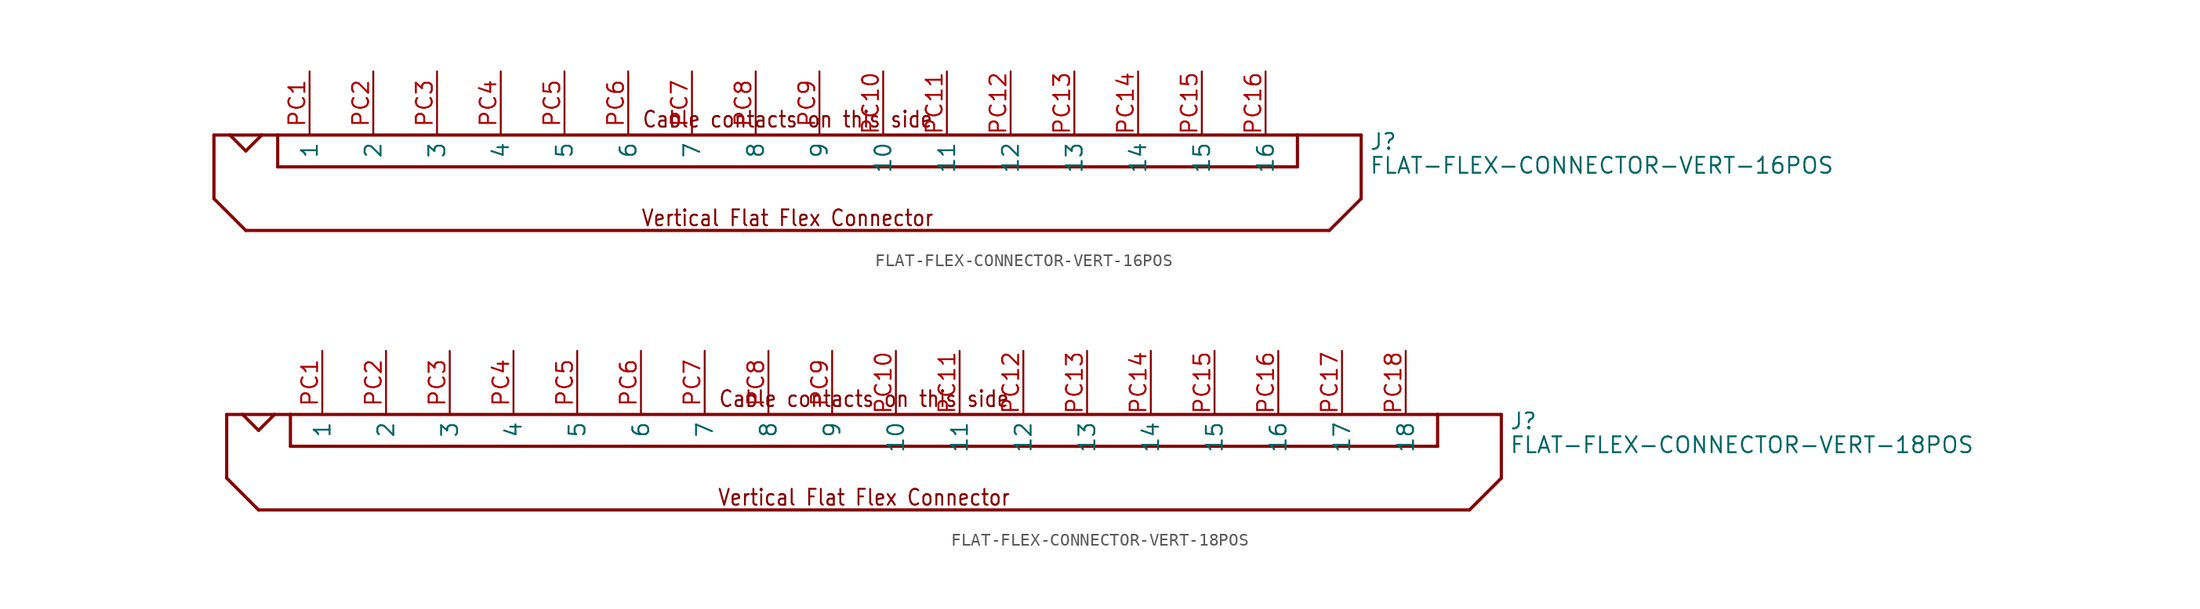
<source format=kicad_sym>
(kicad_symbol_lib
  (version 20211014)
  (generator kicad_symbol_editor)
  (symbol "FLAT-FLEX-CONNECTOR-VERT-16POS"
    (pin_names)
    (property "Reference" "J"
      (at 46.355 1.27 0)
      (effects (font (size 1.27 1.27)) (justify left bottom)))
    (property "Value" "FLAT-FLEX-CONNECTOR-VERT-16POS"
      (at 46.355 -0.635 0)
      (effects (font (size 1.27 1.27)) (justify left bottom)))
    (property "Datasheet" ""
      (at 0 0 0))
    (property "ki_description" "FLAT-FLEX-CONNECTOR-VERT-16POS  - Flat Flex Connector 16 position Vertical Technical Specifications: Number of Positions: 16 Contact: One Side Mount: Vertical "
      (at 0 0 0))
    (property "ki_fp_filters" "FlashPCB_Connectors:FLAT-FLEX-CONNECTOR-MOLEX-52610-VERT-16POS"
      (at 0 0 0))
    (symbol "FLAT-FLEX-CONNECTOR-VERT-16POS_1_1"
      (text "Cable contacts on this side" (at 0 3.048 0) (effects (font (size 1.27 1.086)) (justify bottom)))
      (text "Vertical Flat Flex Connector" (at 0 -4.826 0) (effects (font (size 1.27 1.086)) (justify bottom)))
      (polyline (pts (xy -45.72 2.54) (xy -45.72 -2.54)) (stroke (width 0.254)) (fill (type none)))
      (polyline (pts (xy -45.72 -2.54) (xy -43.18 -5.08)) (stroke (width 0.254)) (fill (type none)))
      (polyline (pts (xy -43.18 -5.08) (xy 43.18 -5.08)) (stroke (width 0.254)) (fill (type none)))
      (polyline (pts (xy 43.18 -5.08) (xy 45.72 -2.54)) (stroke (width 0.254)) (fill (type none)))
      (polyline (pts (xy 45.72 -2.54) (xy 45.72 2.54)) (stroke (width 0.254)) (fill (type none)))
      (polyline (pts (xy 45.72 2.54) (xy 40.64 2.54)) (stroke (width 0.254)) (fill (type none)))
      (polyline (pts (xy 40.64 2.54) (xy 40.64 0)) (stroke (width 0.254)) (fill (type none)))
      (polyline (pts (xy 40.64 0) (xy -40.64 0)) (stroke (width 0.254)) (fill (type none)))
      (polyline (pts (xy -40.64 0) (xy -40.64 2.54)) (stroke (width 0.254)) (fill (type none)))
      (polyline (pts (xy -40.64 2.54) (xy -41.91 2.54)) (stroke (width 0.254)) (fill (type none)))
      (polyline (pts (xy -41.91 2.54) (xy -44.45 2.54)) (stroke (width 0.254)) (fill (type none)))
      (polyline (pts (xy -44.45 2.54) (xy -45.72 2.54)) (stroke (width 0.254)) (fill (type none)))
      (polyline (pts (xy -40.64 2.54) (xy 40.64 2.54)) (stroke (width 0.254)) (fill (type none)))
      (polyline (pts (xy -44.45 2.54) (xy -43.18 1.27)) (stroke (width 0.254)) (fill (type none)))
      (polyline (pts (xy -43.18 1.27) (xy -41.91 2.54)) (stroke (width 0.254)) (fill (type none)))
      (pin bidirectional line (at -38.1 7.62 270) (length 5.08) (name "1" (effects (font (size 1.27 1.27)))) (number "PC1" (effects (font (size 1.27 1.27)))))
      (pin bidirectional line (at -38.1 7.62 270) (length 5.08) hide (name "1" (effects (font (size 1.27 1.27)))) (number "PS1" (effects (font (size 1.27 1.27)))))
      (pin bidirectional line (at -33.02 7.62 270) (length 5.08) (name "2" (effects (font (size 1.27 1.27)))) (number "PC2" (effects (font (size 1.27 1.27)))))
      (pin bidirectional line (at -33.02 7.62 270) (length 5.08) hide (name "2" (effects (font (size 1.27 1.27)))) (number "PS2" (effects (font (size 1.27 1.27)))))
      (pin bidirectional line (at -27.94 7.62 270) (length 5.08) (name "3" (effects (font (size 1.27 1.27)))) (number "PC3" (effects (font (size 1.27 1.27)))))
      (pin bidirectional line (at -27.94 7.62 270) (length 5.08) hide (name "3" (effects (font (size 1.27 1.27)))) (number "PS3" (effects (font (size 1.27 1.27)))))
      (pin bidirectional line (at -22.86 7.62 270) (length 5.08) (name "4" (effects (font (size 1.27 1.27)))) (number "PC4" (effects (font (size 1.27 1.27)))))
      (pin bidirectional line (at -22.86 7.62 270) (length 5.08) hide (name "4" (effects (font (size 1.27 1.27)))) (number "PS4" (effects (font (size 1.27 1.27)))))
      (pin bidirectional line (at -17.78 7.62 270) (length 5.08) (name "5" (effects (font (size 1.27 1.27)))) (number "PC5" (effects (font (size 1.27 1.27)))))
      (pin bidirectional line (at -17.78 7.62 270) (length 5.08) hide (name "5" (effects (font (size 1.27 1.27)))) (number "PS5" (effects (font (size 1.27 1.27)))))
      (pin bidirectional line (at -12.7 7.62 270) (length 5.08) (name "6" (effects (font (size 1.27 1.27)))) (number "PC6" (effects (font (size 1.27 1.27)))))
      (pin bidirectional line (at -12.7 7.62 270) (length 5.08) hide (name "6" (effects (font (size 1.27 1.27)))) (number "PS6" (effects (font (size 1.27 1.27)))))
      (pin bidirectional line (at -7.62 7.62 270) (length 5.08) (name "7" (effects (font (size 1.27 1.27)))) (number "PC7" (effects (font (size 1.27 1.27)))))
      (pin bidirectional line (at -7.62 7.62 270) (length 5.08) hide (name "7" (effects (font (size 1.27 1.27)))) (number "PS7" (effects (font (size 1.27 1.27)))))
      (pin bidirectional line (at -2.54 7.62 270) (length 5.08) (name "8" (effects (font (size 1.27 1.27)))) (number "PC8" (effects (font (size 1.27 1.27)))))
      (pin bidirectional line (at -2.54 7.62 270) (length 5.08) hide (name "8" (effects (font (size 1.27 1.27)))) (number "PS8" (effects (font (size 1.27 1.27)))))
      (pin bidirectional line (at 2.54 7.62 270) (length 5.08) (name "9" (effects (font (size 1.27 1.27)))) (number "PC9" (effects (font (size 1.27 1.27)))))
      (pin bidirectional line (at 2.54 7.62 270) (length 5.08) hide (name "9" (effects (font (size 1.27 1.27)))) (number "PS9" (effects (font (size 1.27 1.27)))))
      (pin bidirectional line (at 7.62 7.62 270) (length 5.08) (name "10" (effects (font (size 1.27 1.27)))) (number "PC10" (effects (font (size 1.27 1.27)))))
      (pin bidirectional line (at 7.62 7.62 270) (length 5.08) hide (name "10" (effects (font (size 1.27 1.27)))) (number "PS10" (effects (font (size 1.27 1.27)))))
      (pin bidirectional line (at 12.7 7.62 270) (length 5.08) (name "11" (effects (font (size 1.27 1.27)))) (number "PC11" (effects (font (size 1.27 1.27)))))
      (pin bidirectional line (at 12.7 7.62 270) (length 5.08) hide (name "11" (effects (font (size 1.27 1.27)))) (number "PS11" (effects (font (size 1.27 1.27)))))
      (pin bidirectional line (at 17.78 7.62 270) (length 5.08) (name "12" (effects (font (size 1.27 1.27)))) (number "PC12" (effects (font (size 1.27 1.27)))))
      (pin bidirectional line (at 17.78 7.62 270) (length 5.08) hide (name "12" (effects (font (size 1.27 1.27)))) (number "PS12" (effects (font (size 1.27 1.27)))))
      (pin bidirectional line (at 22.86 7.62 270) (length 5.08) (name "13" (effects (font (size 1.27 1.27)))) (number "PC13" (effects (font (size 1.27 1.27)))))
      (pin bidirectional line (at 22.86 7.62 270) (length 5.08) hide (name "13" (effects (font (size 1.27 1.27)))) (number "PS13" (effects (font (size 1.27 1.27)))))
      (pin bidirectional line (at 27.94 7.62 270) (length 5.08) (name "14" (effects (font (size 1.27 1.27)))) (number "PC14" (effects (font (size 1.27 1.27)))))
      (pin bidirectional line (at 27.94 7.62 270) (length 5.08) hide (name "14" (effects (font (size 1.27 1.27)))) (number "PS14" (effects (font (size 1.27 1.27)))))
      (pin bidirectional line (at 33.02 7.62 270) (length 5.08) (name "15" (effects (font (size 1.27 1.27)))) (number "PC15" (effects (font (size 1.27 1.27)))))
      (pin bidirectional line (at 33.02 7.62 270) (length 5.08) hide (name "15" (effects (font (size 1.27 1.27)))) (number "PS15" (effects (font (size 1.27 1.27)))))
      (pin bidirectional line (at 38.1 7.62 270) (length 5.08) (name "16" (effects (font (size 1.27 1.27)))) (number "PC16" (effects (font (size 1.27 1.27)))))
      (pin bidirectional line (at 38.1 7.62 270) (length 5.08) hide (name "16" (effects (font (size 1.27 1.27)))) (number "PS16" (effects (font (size 1.27 1.27)))))))
  (symbol "FLAT-FLEX-CONNECTOR-VERT-18POS"
    (pin_names)
    (property "Reference" "J"
      (at 51.435 1.27 0)
      (effects (font (size 1.27 1.27)) (justify left bottom)))
    (property "Value" "FLAT-FLEX-CONNECTOR-VERT-18POS"
      (at 51.435 -0.635 0)
      (effects (font (size 1.27 1.27)) (justify left bottom)))
    (property "Datasheet" ""
      (at 0 0 0))
    (property "ki_description" "FLAT-FLEX-CONNECTOR-VERT-18POS  - Flat Flex Connector 18 position Vertical Technical Specifications: Number of Positions: 18 Contact: One Side Mount: Vertical "
      (at 0 0 0))
    (property "ki_fp_filters" "FlashPCB_Connectors:FLAT-FLEX-CONNECTOR-MOLEX-52610-VERT-18POS"
      (at 0 0 0))
    (symbol "FLAT-FLEX-CONNECTOR-VERT-18POS_1_1"
      (text "Cable contacts on this side" (at 0 3.048 0) (effects (font (size 1.27 1.086)) (justify bottom)))
      (text "Vertical Flat Flex Connector" (at 0 -4.826 0) (effects (font (size 1.27 1.086)) (justify bottom)))
      (polyline (pts (xy -50.8 2.54) (xy -50.8 -2.54)) (stroke (width 0.254)) (fill (type none)))
      (polyline (pts (xy -50.8 -2.54) (xy -48.26 -5.08)) (stroke (width 0.254)) (fill (type none)))
      (polyline (pts (xy -48.26 -5.08) (xy 48.26 -5.08)) (stroke (width 0.254)) (fill (type none)))
      (polyline (pts (xy 48.26 -5.08) (xy 50.8 -2.54)) (stroke (width 0.254)) (fill (type none)))
      (polyline (pts (xy 50.8 -2.54) (xy 50.8 2.54)) (stroke (width 0.254)) (fill (type none)))
      (polyline (pts (xy 50.8 2.54) (xy 45.72 2.54)) (stroke (width 0.254)) (fill (type none)))
      (polyline (pts (xy 45.72 2.54) (xy 45.72 0)) (stroke (width 0.254)) (fill (type none)))
      (polyline (pts (xy 45.72 0) (xy -45.72 0)) (stroke (width 0.254)) (fill (type none)))
      (polyline (pts (xy -45.72 0) (xy -45.72 2.54)) (stroke (width 0.254)) (fill (type none)))
      (polyline (pts (xy -45.72 2.54) (xy -46.99 2.54)) (stroke (width 0.254)) (fill (type none)))
      (polyline (pts (xy -46.99 2.54) (xy -49.53 2.54)) (stroke (width 0.254)) (fill (type none)))
      (polyline (pts (xy -49.53 2.54) (xy -50.8 2.54)) (stroke (width 0.254)) (fill (type none)))
      (polyline (pts (xy -45.72 2.54) (xy 45.72 2.54)) (stroke (width 0.254)) (fill (type none)))
      (polyline (pts (xy -49.53 2.54) (xy -48.26 1.27)) (stroke (width 0.254)) (fill (type none)))
      (polyline (pts (xy -48.26 1.27) (xy -46.99 2.54)) (stroke (width 0.254)) (fill (type none)))
      (pin bidirectional line (at -43.18 7.62 270) (length 5.08) (name "1" (effects (font (size 1.27 1.27)))) (number "PC1" (effects (font (size 1.27 1.27)))))
      (pin bidirectional line (at -43.18 7.62 270) (length 5.08) hide (name "1" (effects (font (size 1.27 1.27)))) (number "PS1" (effects (font (size 1.27 1.27)))))
      (pin bidirectional line (at -38.1 7.62 270) (length 5.08) (name "2" (effects (font (size 1.27 1.27)))) (number "PC2" (effects (font (size 1.27 1.27)))))
      (pin bidirectional line (at -38.1 7.62 270) (length 5.08) hide (name "2" (effects (font (size 1.27 1.27)))) (number "PS2" (effects (font (size 1.27 1.27)))))
      (pin bidirectional line (at -33.02 7.62 270) (length 5.08) (name "3" (effects (font (size 1.27 1.27)))) (number "PC3" (effects (font (size 1.27 1.27)))))
      (pin bidirectional line (at -33.02 7.62 270) (length 5.08) hide (name "3" (effects (font (size 1.27 1.27)))) (number "PS3" (effects (font (size 1.27 1.27)))))
      (pin bidirectional line (at -27.94 7.62 270) (length 5.08) (name "4" (effects (font (size 1.27 1.27)))) (number "PC4" (effects (font (size 1.27 1.27)))))
      (pin bidirectional line (at -27.94 7.62 270) (length 5.08) hide (name "4" (effects (font (size 1.27 1.27)))) (number "PS4" (effects (font (size 1.27 1.27)))))
      (pin bidirectional line (at -22.86 7.62 270) (length 5.08) (name "5" (effects (font (size 1.27 1.27)))) (number "PC5" (effects (font (size 1.27 1.27)))))
      (pin bidirectional line (at -22.86 7.62 270) (length 5.08) hide (name "5" (effects (font (size 1.27 1.27)))) (number "PS5" (effects (font (size 1.27 1.27)))))
      (pin bidirectional line (at -17.78 7.62 270) (length 5.08) (name "6" (effects (font (size 1.27 1.27)))) (number "PC6" (effects (font (size 1.27 1.27)))))
      (pin bidirectional line (at -17.78 7.62 270) (length 5.08) hide (name "6" (effects (font (size 1.27 1.27)))) (number "PS6" (effects (font (size 1.27 1.27)))))
      (pin bidirectional line (at -12.7 7.62 270) (length 5.08) (name "7" (effects (font (size 1.27 1.27)))) (number "PC7" (effects (font (size 1.27 1.27)))))
      (pin bidirectional line (at -12.7 7.62 270) (length 5.08) hide (name "7" (effects (font (size 1.27 1.27)))) (number "PS7" (effects (font (size 1.27 1.27)))))
      (pin bidirectional line (at -7.62 7.62 270) (length 5.08) (name "8" (effects (font (size 1.27 1.27)))) (number "PC8" (effects (font (size 1.27 1.27)))))
      (pin bidirectional line (at -7.62 7.62 270) (length 5.08) hide (name "8" (effects (font (size 1.27 1.27)))) (number "PS8" (effects (font (size 1.27 1.27)))))
      (pin bidirectional line (at -2.54 7.62 270) (length 5.08) (name "9" (effects (font (size 1.27 1.27)))) (number "PC9" (effects (font (size 1.27 1.27)))))
      (pin bidirectional line (at -2.54 7.62 270) (length 5.08) hide (name "9" (effects (font (size 1.27 1.27)))) (number "PS9" (effects (font (size 1.27 1.27)))))
      (pin bidirectional line (at 2.54 7.62 270) (length 5.08) (name "10" (effects (font (size 1.27 1.27)))) (number "PC10" (effects (font (size 1.27 1.27)))))
      (pin bidirectional line (at 2.54 7.62 270) (length 5.08) hide (name "10" (effects (font (size 1.27 1.27)))) (number "PS10" (effects (font (size 1.27 1.27)))))
      (pin bidirectional line (at 7.62 7.62 270) (length 5.08) (name "11" (effects (font (size 1.27 1.27)))) (number "PC11" (effects (font (size 1.27 1.27)))))
      (pin bidirectional line (at 7.62 7.62 270) (length 5.08) hide (name "11" (effects (font (size 1.27 1.27)))) (number "PS11" (effects (font (size 1.27 1.27)))))
      (pin bidirectional line (at 12.7 7.62 270) (length 5.08) (name "12" (effects (font (size 1.27 1.27)))) (number "PC12" (effects (font (size 1.27 1.27)))))
      (pin bidirectional line (at 12.7 7.62 270) (length 5.08) hide (name "12" (effects (font (size 1.27 1.27)))) (number "PS12" (effects (font (size 1.27 1.27)))))
      (pin bidirectional line (at 17.78 7.62 270) (length 5.08) (name "13" (effects (font (size 1.27 1.27)))) (number "PC13" (effects (font (size 1.27 1.27)))))
      (pin bidirectional line (at 17.78 7.62 270) (length 5.08) hide (name "13" (effects (font (size 1.27 1.27)))) (number "PS13" (effects (font (size 1.27 1.27)))))
      (pin bidirectional line (at 22.86 7.62 270) (length 5.08) (name "14" (effects (font (size 1.27 1.27)))) (number "PC14" (effects (font (size 1.27 1.27)))))
      (pin bidirectional line (at 22.86 7.62 270) (length 5.08) hide (name "14" (effects (font (size 1.27 1.27)))) (number "PS14" (effects (font (size 1.27 1.27)))))
      (pin bidirectional line (at 27.94 7.62 270) (length 5.08) (name "15" (effects (font (size 1.27 1.27)))) (number "PC15" (effects (font (size 1.27 1.27)))))
      (pin bidirectional line (at 27.94 7.62 270) (length 5.08) hide (name "15" (effects (font (size 1.27 1.27)))) (number "PS15" (effects (font (size 1.27 1.27)))))
      (pin bidirectional line (at 33.02 7.62 270) (length 5.08) (name "16" (effects (font (size 1.27 1.27)))) (number "PC16" (effects (font (size 1.27 1.27)))))
      (pin bidirectional line (at 33.02 7.62 270) (length 5.08) hide (name "16" (effects (font (size 1.27 1.27)))) (number "PS16" (effects (font (size 1.27 1.27)))))
      (pin bidirectional line (at 38.1 7.62 270) (length 5.08) (name "17" (effects (font (size 1.27 1.27)))) (number "PC17" (effects (font (size 1.27 1.27)))))
      (pin bidirectional line (at 38.1 7.62 270) (length 5.08) hide (name "17" (effects (font (size 1.27 1.27)))) (number "PS17" (effects (font (size 1.27 1.27)))))
      (pin bidirectional line (at 43.18 7.62 270) (length 5.08) (name "18" (effects (font (size 1.27 1.27)))) (number "PC18" (effects (font (size 1.27 1.27)))))
      (pin bidirectional line (at 43.18 7.62 270) (length 5.08) hide (name "18" (effects (font (size 1.27 1.27)))) (number "PS18" (effects (font (size 1.27 1.27))))))))
</source>
